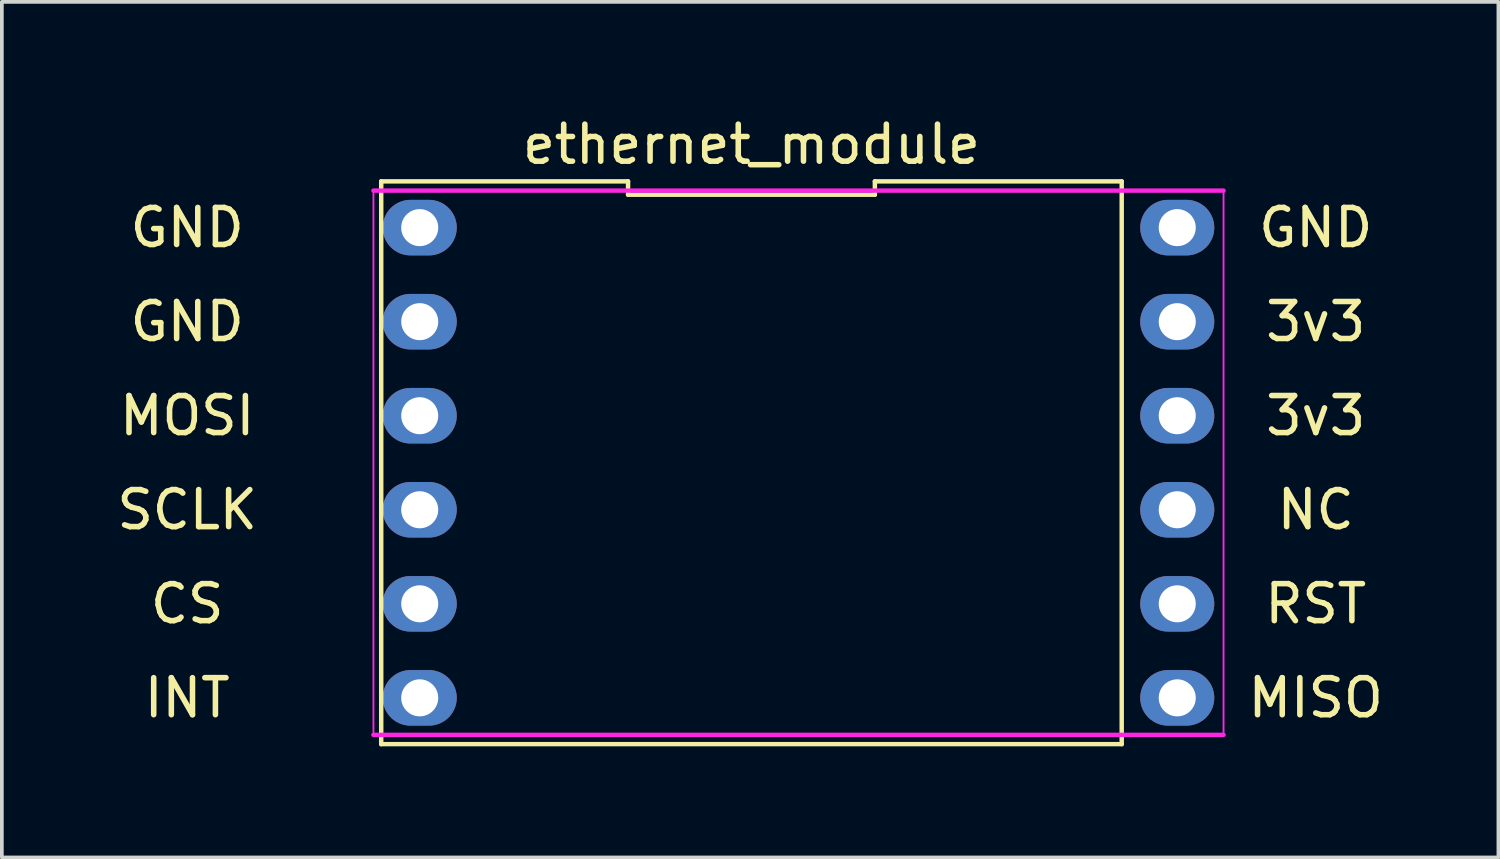
<source format=kicad_pcb>
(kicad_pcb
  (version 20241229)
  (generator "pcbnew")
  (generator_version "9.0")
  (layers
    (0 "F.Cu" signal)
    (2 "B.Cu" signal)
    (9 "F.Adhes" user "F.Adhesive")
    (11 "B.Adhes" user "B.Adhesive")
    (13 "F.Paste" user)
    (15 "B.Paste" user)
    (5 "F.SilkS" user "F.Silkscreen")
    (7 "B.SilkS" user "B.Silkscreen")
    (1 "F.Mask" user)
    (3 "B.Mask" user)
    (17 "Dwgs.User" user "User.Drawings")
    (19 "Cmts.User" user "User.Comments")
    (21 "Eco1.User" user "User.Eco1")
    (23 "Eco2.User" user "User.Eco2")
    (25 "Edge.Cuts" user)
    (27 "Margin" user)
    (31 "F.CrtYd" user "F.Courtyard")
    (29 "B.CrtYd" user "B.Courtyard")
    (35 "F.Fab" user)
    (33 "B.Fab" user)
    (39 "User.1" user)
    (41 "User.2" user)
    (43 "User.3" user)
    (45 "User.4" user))
  (footprint "ethernet_module"
    (layer "F.Cu")
    (at 17.246 9.448)
    (property "Reference" "ethernet_module" (at 0 -8.6 0) (layer "F.SilkS") (effects (font (size 1 1) (thickness 0.15))))
    (attr through_hole)
    (fp_line (start -10 -7.6) (end -10 7.6) (stroke (width 0.12) (type solid)) (layer "F.SilkS"))
    (fp_line (start -10 7.6) (end 10 7.6) (stroke (width 0.12) (type solid)) (layer "F.SilkS"))
    (fp_line (start -3.333 -7.6) (end -10 -7.6) (stroke (width 0.12) (type solid)) (layer "F.SilkS"))
    (fp_line (start -3.333 -7.24) (end -3.333 -7.6) (stroke (width 0.12) (type solid)) (layer "F.SilkS"))
    (fp_line (start 3.333 -7.6) (end 3.333 -7.24) (stroke (width 0.12) (type solid)) (layer "F.SilkS"))
    (fp_line (start 3.333 -7.24) (end -3.333 -7.24) (stroke (width 0.12) (type solid)) (layer "F.SilkS"))
    (fp_line (start 10 -7.6) (end 3.333 -7.6) (stroke (width 0.12) (type solid)) (layer "F.SilkS"))
    (fp_line (start 10 7.6) (end 10 -7.6) (stroke (width 0.12) (type solid)) (layer "F.SilkS"))
    (fp_line (start -10.21 -7.35) (end 12.75 -7.35) (stroke (width 0.12) (type solid)) (layer "F.CrtYd"))
    (fp_line (start -10.21 7.35) (end -10.21 -7.35) (stroke (width 0.05) (type solid)) (layer "F.CrtYd"))
    (fp_line (start -10.21 7.35) (end 12.75 7.35) (stroke (width 0.12) (type solid)) (layer "F.CrtYd"))
    (fp_line (start 12.75 -7.35) (end 12.75 7.35) (stroke (width 0.05) (type solid)) (layer "F.CrtYd"))
    (fp_text user "NC" (at 15.24 1.27 0) (layer "F.SilkS") (effects (font (size 1 1) (thickness 0.15))))
    (fp_text user "GND" (at -15.24 -3.81 0) (layer "F.SilkS") (effects (font (size 1 1) (thickness 0.15))))
    (fp_text user "CS" (at -15.24 3.81 0) (layer "F.SilkS") (effects (font (size 1 1) (thickness 0.15))))
    (fp_text user "SCLK" (at -15.24 1.27 0) (layer "F.SilkS") (effects (font (size 1 1) (thickness 0.15))))
    (fp_text user "3v3" (at 15.24 -1.27 0) (layer "F.SilkS") (effects (font (size 1 1) (thickness 0.15))))
    (fp_text user "RST" (at 15.24 3.81 0) (layer "F.SilkS") (effects (font (size 1 1) (thickness 0.15))))
    (fp_text user "INT" (at -15.24 6.35 0) (layer "F.SilkS") (effects (font (size 1 1) (thickness 0.15))))
    (fp_text user "MOSI" (at -15.24 -1.27 0) (layer "F.SilkS") (effects (font (size 1 1) (thickness 0.15))))
    (fp_text user "GND" (at 15.24 -6.35 0) (layer "F.SilkS") (effects (font (size 1 1) (thickness 0.15))))
    (fp_text user "GND" (at -15.24 -6.35 0) (layer "F.SilkS") (effects (font (size 1 1) (thickness 0.15))))
    (fp_text user "MISO" (at 15.24 6.35 0) (layer "F.SilkS") (effects (font (size 1 1) (thickness 0.15))))
    (fp_text user "3v3" (at 15.24 -3.81 0) (layer "F.SilkS") (effects (font (size 1 1) (thickness 0.15))))
    (pad "1" thru_hole oval (at -8.96 -6.35 270) (size 1.5 2) (drill 1) (layers "*.Cu" "*.Mask"))
    (pad "2" thru_hole oval (at -8.96 -3.81 270) (size 1.5 2) (drill 1) (layers "*.Cu" "*.Mask"))
    (pad "3" thru_hole oval (at -8.96 -1.27 270) (size 1.5 2) (drill 1) (layers "*.Cu" "*.Mask"))
    (pad "4" thru_hole oval (at -8.96 1.27 270) (size 1.5 2) (drill 1) (layers "*.Cu" "*.Mask"))
    (pad "5" thru_hole oval (at -8.96 3.81 270) (size 1.5 2) (drill 1) (layers "*.Cu" "*.Mask"))
    (pad "6" thru_hole oval (at -8.96 6.35 270) (size 1.5 2) (drill 1) (layers "*.Cu" "*.Mask"))
    (pad "7" thru_hole oval (at 11.5 6.35 270) (size 1.5 2) (drill 1) (layers "*.Cu" "*.Mask"))
    (pad "8" thru_hole oval (at 11.5 3.81 270) (size 1.5 2) (drill 1) (layers "*.Cu" "*.Mask"))
    (pad "9" thru_hole oval (at 11.5 1.27 270) (size 1.5 2) (drill 1) (layers "*.Cu" "*.Mask"))
    (pad "10" thru_hole oval (at 11.5 -1.27 270) (size 1.5 2) (drill 1) (layers "*.Cu" "*.Mask"))
    (pad "11" thru_hole oval (at 11.5 -3.81 270) (size 1.5 2) (drill 1) (layers "*.Cu" "*.Mask"))
    (pad "12" thru_hole oval (at 11.5 -6.35 270) (size 1.5 2) (drill 1) (layers "*.Cu" "*.Mask")))
  (gr_rect
    (start -3 -3)
    (end 37.42 20.108)
    (stroke (width 0.1) (type default))
    (fill no)
    (layer "Edge.Cuts")))
</source>
